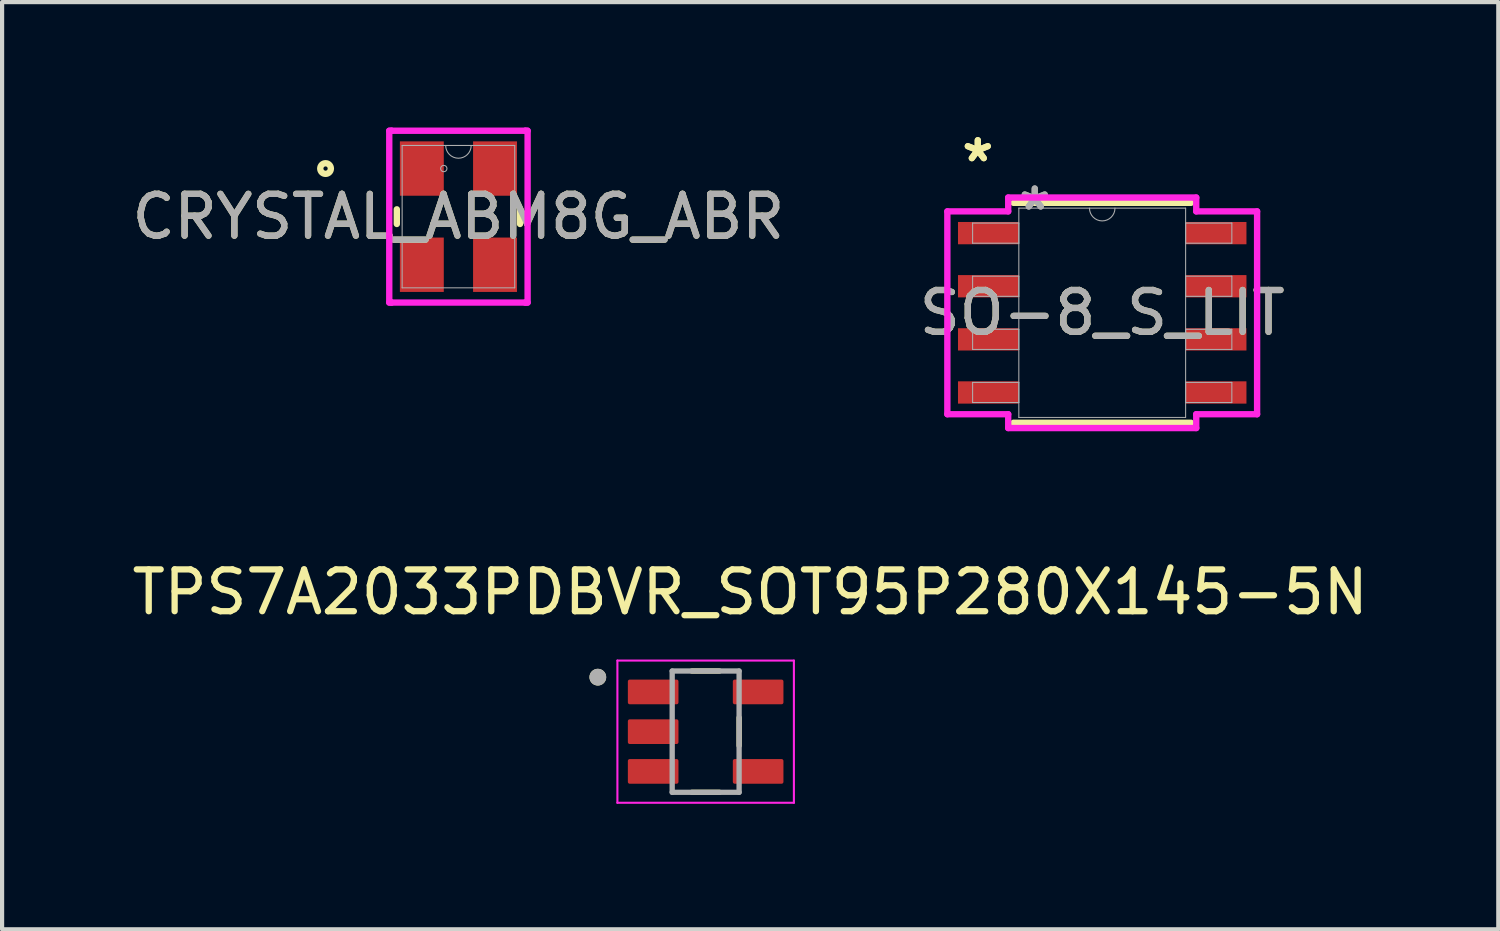
<source format=kicad_pcb>
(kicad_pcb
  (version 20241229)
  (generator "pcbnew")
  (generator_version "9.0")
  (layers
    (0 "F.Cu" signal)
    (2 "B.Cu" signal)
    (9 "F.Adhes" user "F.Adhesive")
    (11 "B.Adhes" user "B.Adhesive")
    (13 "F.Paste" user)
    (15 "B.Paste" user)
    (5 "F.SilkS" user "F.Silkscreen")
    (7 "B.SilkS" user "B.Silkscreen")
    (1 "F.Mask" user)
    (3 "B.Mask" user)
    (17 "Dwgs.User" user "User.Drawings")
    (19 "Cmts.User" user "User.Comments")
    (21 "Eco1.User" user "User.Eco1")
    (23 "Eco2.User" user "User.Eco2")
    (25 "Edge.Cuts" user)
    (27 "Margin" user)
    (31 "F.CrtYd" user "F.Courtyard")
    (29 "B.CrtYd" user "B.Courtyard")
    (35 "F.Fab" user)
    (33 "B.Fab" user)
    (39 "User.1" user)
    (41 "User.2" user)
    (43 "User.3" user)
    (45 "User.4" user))
  (footprint "TPS7A2033PDBVR_SOT95P280X145-5N"
    (layer "F.Cu")
    (at 13.822 14.444)
    (property "Reference" "TPS7A2033PDBVR_SOT95P280X145-5N" (at 1.065 -3.335 0) (layer "F.SilkS") (effects (font (size 1 1) (thickness 0.15))))
    (attr smd)
    (fp_line (start -0.33 -1.45) (end 0.33 -1.45) (stroke (width 0.127) (type solid)) (layer "F.SilkS"))
    (fp_line (start -0.33 1.45) (end 0.33 1.45) (stroke (width 0.127) (type solid)) (layer "F.SilkS"))
    (fp_line (start 0.8 -0.335) (end 0.8 0.335) (stroke (width 0.127) (type solid)) (layer "F.SilkS"))
    (fp_circle (center -2.578 -1.303) (end -2.478 -1.303) (stroke (width 0.2) (type solid)) (fill no) (layer "F.SilkS"))
    (fp_line (start -2.11 -1.7) (end -2.11 1.7) (stroke (width 0.05) (type solid)) (layer "F.CrtYd"))
    (fp_line (start -2.11 1.7) (end 2.11 1.7) (stroke (width 0.05) (type solid)) (layer "F.CrtYd"))
    (fp_line (start 2.11 -1.7) (end -2.11 -1.7) (stroke (width 0.05) (type solid)) (layer "F.CrtYd"))
    (fp_line (start 2.11 1.7) (end 2.11 -1.7) (stroke (width 0.05) (type solid)) (layer "F.CrtYd"))
    (fp_line (start -0.8 -1.45) (end 0.8 -1.45) (stroke (width 0.127) (type solid)) (layer "F.Fab"))
    (fp_line (start -0.8 1.45) (end -0.8 -1.45) (stroke (width 0.127) (type solid)) (layer "F.Fab"))
    (fp_line (start 0.8 -1.45) (end 0.8 1.45) (stroke (width 0.127) (type solid)) (layer "F.Fab"))
    (fp_line (start 0.8 1.45) (end -0.8 1.45) (stroke (width 0.127) (type solid)) (layer "F.Fab"))
    (fp_circle (center -2.578 -1.303) (end -2.478 -1.303) (stroke (width 0.2) (type solid)) (fill no) (layer "F.Fab"))
    (pad "1" smd roundrect (at -1.255 -0.95) (size 1.21 0.59) (layers "F.Cu" "F.Mask" "F.Paste") (roundrect_rratio 0.075))
    (pad "2" smd roundrect (at -1.255 0) (size 1.21 0.59) (layers "F.Cu" "F.Mask" "F.Paste") (roundrect_rratio 0.075))
    (pad "3" smd roundrect (at -1.255 0.95) (size 1.21 0.59) (layers "F.Cu" "F.Mask" "F.Paste") (roundrect_rratio 0.075))
    (pad "4" smd roundrect (at 1.255 0.95) (size 1.21 0.59) (layers "F.Cu" "F.Mask" "F.Paste") (roundrect_rratio 0.075))
    (pad "5" smd roundrect (at 1.255 -0.95) (size 1.21 0.59) (layers "F.Cu" "F.Mask" "F.Paste") (roundrect_rratio 0.075)))
  (footprint "CRYSTAL_ABM8G_ABR"
    (layer "F.Cu")
    (at 7.911 2.13)
    (property "Reference" "CRYSTAL_ABM8G_ABR" (at 0 0 0) (unlocked yes) (layer "F.SilkS") (effects (font (size 1 1) (thickness 0.15))))
    (attr smd)
    (fp_line (start -1.473 -0.175) (end -1.473 0.175) (stroke (width 0.152) (type solid)) (layer "F.SilkS"))
    (fp_line (start 1.473 0.175) (end 1.473 -0.175) (stroke (width 0.152) (type solid)) (layer "F.SilkS"))
    (fp_circle (center -3.177 -1.15) (end -3.05 -1.15) (stroke (width 0.152) (type solid)) (fill no) (layer "F.SilkS"))
    (fp_line (start -1.654 -2.054) (end -1.6 -2.054) (stroke (width 0.152) (type solid)) (layer "F.CrtYd"))
    (fp_line (start -1.654 2.054) (end -1.654 -2.054) (stroke (width 0.152) (type solid)) (layer "F.CrtYd"))
    (fp_line (start -1.654 2.054) (end -1.6 2.054) (stroke (width 0.152) (type solid)) (layer "F.CrtYd"))
    (fp_line (start -1.6 -2.054) (end -1.6 -2.054) (stroke (width 0.152) (type solid)) (layer "F.CrtYd"))
    (fp_line (start -1.6 -2.054) (end 1.6 -2.054) (stroke (width 0.152) (type solid)) (layer "F.CrtYd"))
    (fp_line (start -1.6 2.054) (end -1.6 2.054) (stroke (width 0.152) (type solid)) (layer "F.CrtYd"))
    (fp_line (start 1.6 -2.054) (end 1.6 -2.054) (stroke (width 0.152) (type solid)) (layer "F.CrtYd"))
    (fp_line (start 1.6 2.054) (end -1.6 2.054) (stroke (width 0.152) (type solid)) (layer "F.CrtYd"))
    (fp_line (start 1.6 2.054) (end 1.6 2.054) (stroke (width 0.152) (type solid)) (layer "F.CrtYd"))
    (fp_line (start 1.654 -2.054) (end 1.6 -2.054) (stroke (width 0.152) (type solid)) (layer "F.CrtYd"))
    (fp_line (start 1.654 -2.054) (end 1.654 2.054) (stroke (width 0.152) (type solid)) (layer "F.CrtYd"))
    (fp_line (start 1.654 2.054) (end 1.6 2.054) (stroke (width 0.152) (type solid)) (layer "F.CrtYd"))
    (fp_line (start -1.346 -1.702) (end -1.346 1.702) (stroke (width 0.025) (type solid)) (layer "F.Fab"))
    (fp_line (start -1.346 1.702) (end 1.346 1.702) (stroke (width 0.025) (type solid)) (layer "F.Fab"))
    (fp_line (start 1.346 -1.702) (end -1.346 -1.702) (stroke (width 0.025) (type solid)) (layer "F.Fab"))
    (fp_line (start 1.346 1.702) (end 1.346 -1.702) (stroke (width 0.025) (type solid)) (layer "F.Fab"))
    (fp_arc (start 0.3048 -1.7018) (mid 0 -1.397) (end -0.3048 -1.7018) (stroke (width 0.0254) (type solid)) (layer "F.Fab"))
    (fp_circle (center -0.35 -1.15) (end -0.274 -1.15) (stroke (width 0.025) (type solid)) (fill no) (layer "F.Fab"))
    (fp_text user "${REFERENCE}" (at 0 0 0) (unlocked yes) (layer "F.Fab") (effects (font (size 1 1) (thickness 0.15))))
    (pad "1" smd rect (at -0.875 -1.15) (size 1.05 1.3) (layers "F.Cu" "F.Mask" "F.Paste"))
    (pad "2" smd rect (at -0.875 1.15) (size 1.05 1.3) (layers "F.Cu" "F.Mask" "F.Paste"))
    (pad "3" smd rect (at 0.875 1.15) (size 1.05 1.3) (layers "F.Cu" "F.Mask" "F.Paste"))
    (pad "4" smd rect (at 0.875 -1.15) (size 1.05 1.3) (layers "F.Cu" "F.Mask" "F.Paste")))
  (footprint "SO-8_S_LIT"
    (layer "F.Cu")
    (at 23.304 4.429)
    (property "Reference" "SO-8_S_LIT" (at 0 0 0) (unlocked yes) (layer "F.SilkS") (effects (font (size 1 1) (thickness 0.15))))
    (attr smd)
    (fp_line (start -2.121 2.629) (end 2.121 2.629) (stroke (width 0.152) (type solid)) (layer "F.SilkS"))
    (fp_line (start 2.121 -2.629) (end -2.121 -2.629) (stroke (width 0.152) (type solid)) (layer "F.SilkS"))
    (fp_line (start -3.703 -2.425) (end -2.248 -2.425) (stroke (width 0.152) (type solid)) (layer "F.CrtYd"))
    (fp_line (start -3.703 2.425) (end -3.703 -2.425) (stroke (width 0.152) (type solid)) (layer "F.CrtYd"))
    (fp_line (start -3.703 2.425) (end -2.248 2.425) (stroke (width 0.152) (type solid)) (layer "F.CrtYd"))
    (fp_line (start -2.248 -2.756) (end 2.248 -2.756) (stroke (width 0.152) (type solid)) (layer "F.CrtYd"))
    (fp_line (start -2.248 -2.425) (end -2.248 -2.756) (stroke (width 0.152) (type solid)) (layer "F.CrtYd"))
    (fp_line (start -2.248 2.756) (end -2.248 2.425) (stroke (width 0.152) (type solid)) (layer "F.CrtYd"))
    (fp_line (start 2.248 -2.756) (end 2.248 -2.425) (stroke (width 0.152) (type solid)) (layer "F.CrtYd"))
    (fp_line (start 2.248 2.425) (end 2.248 2.756) (stroke (width 0.152) (type solid)) (layer "F.CrtYd"))
    (fp_line (start 2.248 2.756) (end -2.248 2.756) (stroke (width 0.152) (type solid)) (layer "F.CrtYd"))
    (fp_line (start 3.703 -2.425) (end 2.248 -2.425) (stroke (width 0.152) (type solid)) (layer "F.CrtYd"))
    (fp_line (start 3.703 -2.425) (end 3.703 2.425) (stroke (width 0.152) (type solid)) (layer "F.CrtYd"))
    (fp_line (start 3.703 2.425) (end 2.248 2.425) (stroke (width 0.152) (type solid)) (layer "F.CrtYd"))
    (fp_line (start -3.099 -2.146) (end -3.099 -1.664) (stroke (width 0.025) (type solid)) (layer "F.Fab"))
    (fp_line (start -3.099 -1.664) (end -1.994 -1.664) (stroke (width 0.025) (type solid)) (layer "F.Fab"))
    (fp_line (start -3.099 -0.876) (end -3.099 -0.394) (stroke (width 0.025) (type solid)) (layer "F.Fab"))
    (fp_line (start -3.099 -0.394) (end -1.994 -0.394) (stroke (width 0.025) (type solid)) (layer "F.Fab"))
    (fp_line (start -3.099 0.394) (end -3.099 0.876) (stroke (width 0.025) (type solid)) (layer "F.Fab"))
    (fp_line (start -3.099 0.876) (end -1.994 0.876) (stroke (width 0.025) (type solid)) (layer "F.Fab"))
    (fp_line (start -3.099 1.664) (end -3.099 2.146) (stroke (width 0.025) (type solid)) (layer "F.Fab"))
    (fp_line (start -3.099 2.146) (end -1.994 2.146) (stroke (width 0.025) (type solid)) (layer "F.Fab"))
    (fp_line (start -1.994 -2.502) (end -1.994 2.502) (stroke (width 0.025) (type solid)) (layer "F.Fab"))
    (fp_line (start -1.994 -2.146) (end -3.099 -2.146) (stroke (width 0.025) (type solid)) (layer "F.Fab"))
    (fp_line (start -1.994 -1.664) (end -1.994 -2.146) (stroke (width 0.025) (type solid)) (layer "F.Fab"))
    (fp_line (start -1.994 -0.876) (end -3.099 -0.876) (stroke (width 0.025) (type solid)) (layer "F.Fab"))
    (fp_line (start -1.994 -0.394) (end -1.994 -0.876) (stroke (width 0.025) (type solid)) (layer "F.Fab"))
    (fp_line (start -1.994 0.394) (end -3.099 0.394) (stroke (width 0.025) (type solid)) (layer "F.Fab"))
    (fp_line (start -1.994 0.876) (end -1.994 0.394) (stroke (width 0.025) (type solid)) (layer "F.Fab"))
    (fp_line (start -1.994 1.664) (end -3.099 1.664) (stroke (width 0.025) (type solid)) (layer "F.Fab"))
    (fp_line (start -1.994 2.146) (end -1.994 1.664) (stroke (width 0.025) (type solid)) (layer "F.Fab"))
    (fp_line (start -1.994 2.502) (end 1.994 2.502) (stroke (width 0.025) (type solid)) (layer "F.Fab"))
    (fp_line (start 1.994 -2.502) (end -1.994 -2.502) (stroke (width 0.025) (type solid)) (layer "F.Fab"))
    (fp_line (start 1.994 -2.146) (end 1.994 -1.664) (stroke (width 0.025) (type solid)) (layer "F.Fab"))
    (fp_line (start 1.994 -1.664) (end 3.099 -1.664) (stroke (width 0.025) (type solid)) (layer "F.Fab"))
    (fp_line (start 1.994 -0.876) (end 1.994 -0.394) (stroke (width 0.025) (type solid)) (layer "F.Fab"))
    (fp_line (start 1.994 -0.394) (end 3.099 -0.394) (stroke (width 0.025) (type solid)) (layer "F.Fab"))
    (fp_line (start 1.994 0.394) (end 1.994 0.876) (stroke (width 0.025) (type solid)) (layer "F.Fab"))
    (fp_line (start 1.994 0.876) (end 3.099 0.876) (stroke (width 0.025) (type solid)) (layer "F.Fab"))
    (fp_line (start 1.994 1.664) (end 1.994 2.146) (stroke (width 0.025) (type solid)) (layer "F.Fab"))
    (fp_line (start 1.994 2.146) (end 3.099 2.146) (stroke (width 0.025) (type solid)) (layer "F.Fab"))
    (fp_line (start 1.994 2.502) (end 1.994 -2.502) (stroke (width 0.025) (type solid)) (layer "F.Fab"))
    (fp_line (start 3.099 -2.146) (end 1.994 -2.146) (stroke (width 0.025) (type solid)) (layer "F.Fab"))
    (fp_line (start 3.099 -1.664) (end 3.099 -2.146) (stroke (width 0.025) (type solid)) (layer "F.Fab"))
    (fp_line (start 3.099 -0.876) (end 1.994 -0.876) (stroke (width 0.025) (type solid)) (layer "F.Fab"))
    (fp_line (start 3.099 -0.394) (end 3.099 -0.876) (stroke (width 0.025) (type solid)) (layer "F.Fab"))
    (fp_line (start 3.099 0.394) (end 1.994 0.394) (stroke (width 0.025) (type solid)) (layer "F.Fab"))
    (fp_line (start 3.099 0.876) (end 3.099 0.394) (stroke (width 0.025) (type solid)) (layer "F.Fab"))
    (fp_line (start 3.099 1.664) (end 1.994 1.664) (stroke (width 0.025) (type solid)) (layer "F.Fab"))
    (fp_line (start 3.099 2.146) (end 3.099 1.664) (stroke (width 0.025) (type solid)) (layer "F.Fab"))
    (fp_arc (start 0.3048 -2.5019) (mid 0 -2.1971) (end -0.3048 -2.5019) (stroke (width 0.0254) (type solid)) (layer "F.Fab"))
    (fp_text user "*" (at -2.975 -3.581 0) (unlocked yes) (layer "F.SilkS") (effects (font (size 1 1) (thickness 0.15))))
    (fp_text user "*" (at -2.975 -3.581 0) (layer "F.SilkS") (effects (font (size 1 1) (thickness 0.15))))
    (fp_text user "*" (at -1.613 -2.426 0) (unlocked yes) (layer "F.Fab") (effects (font (size 1 1) (thickness 0.15))))
    (fp_text user "*" (at -1.613 -2.426 0) (layer "F.Fab") (effects (font (size 1 1) (thickness 0.15))))
    (fp_text user "${REFERENCE}" (at 0 0 0) (unlocked yes) (layer "F.Fab") (effects (font (size 1 1) (thickness 0.15))))
    (pad "1" smd rect (at -2.721 -1.905) (size 1.455 0.533) (layers "F.Cu" "F.Mask" "F.Paste"))
    (pad "2" smd rect (at -2.721 -0.635) (size 1.455 0.533) (layers "F.Cu" "F.Mask" "F.Paste"))
    (pad "3" smd rect (at -2.721 0.635) (size 1.455 0.533) (layers "F.Cu" "F.Mask" "F.Paste"))
    (pad "4" smd rect (at -2.721 1.905) (size 1.455 0.533) (layers "F.Cu" "F.Mask" "F.Paste"))
    (pad "5" smd rect (at 2.721 1.905) (size 1.455 0.533) (layers "F.Cu" "F.Mask" "F.Paste"))
    (pad "6" smd rect (at 2.721 0.635) (size 1.455 0.533) (layers "F.Cu" "F.Mask" "F.Paste"))
    (pad "7" smd rect (at 2.721 -0.635) (size 1.455 0.533) (layers "F.Cu" "F.Mask" "F.Paste"))
    (pad "8" smd rect (at 2.721 -1.905) (size 1.455 0.533) (layers "F.Cu" "F.Mask" "F.Paste")))
  (gr_rect
    (start -3 -3)
    (end 32.774 19.169)
    (stroke (width 0.1) (type default))
    (fill no)
    (layer "Edge.Cuts")))
</source>
